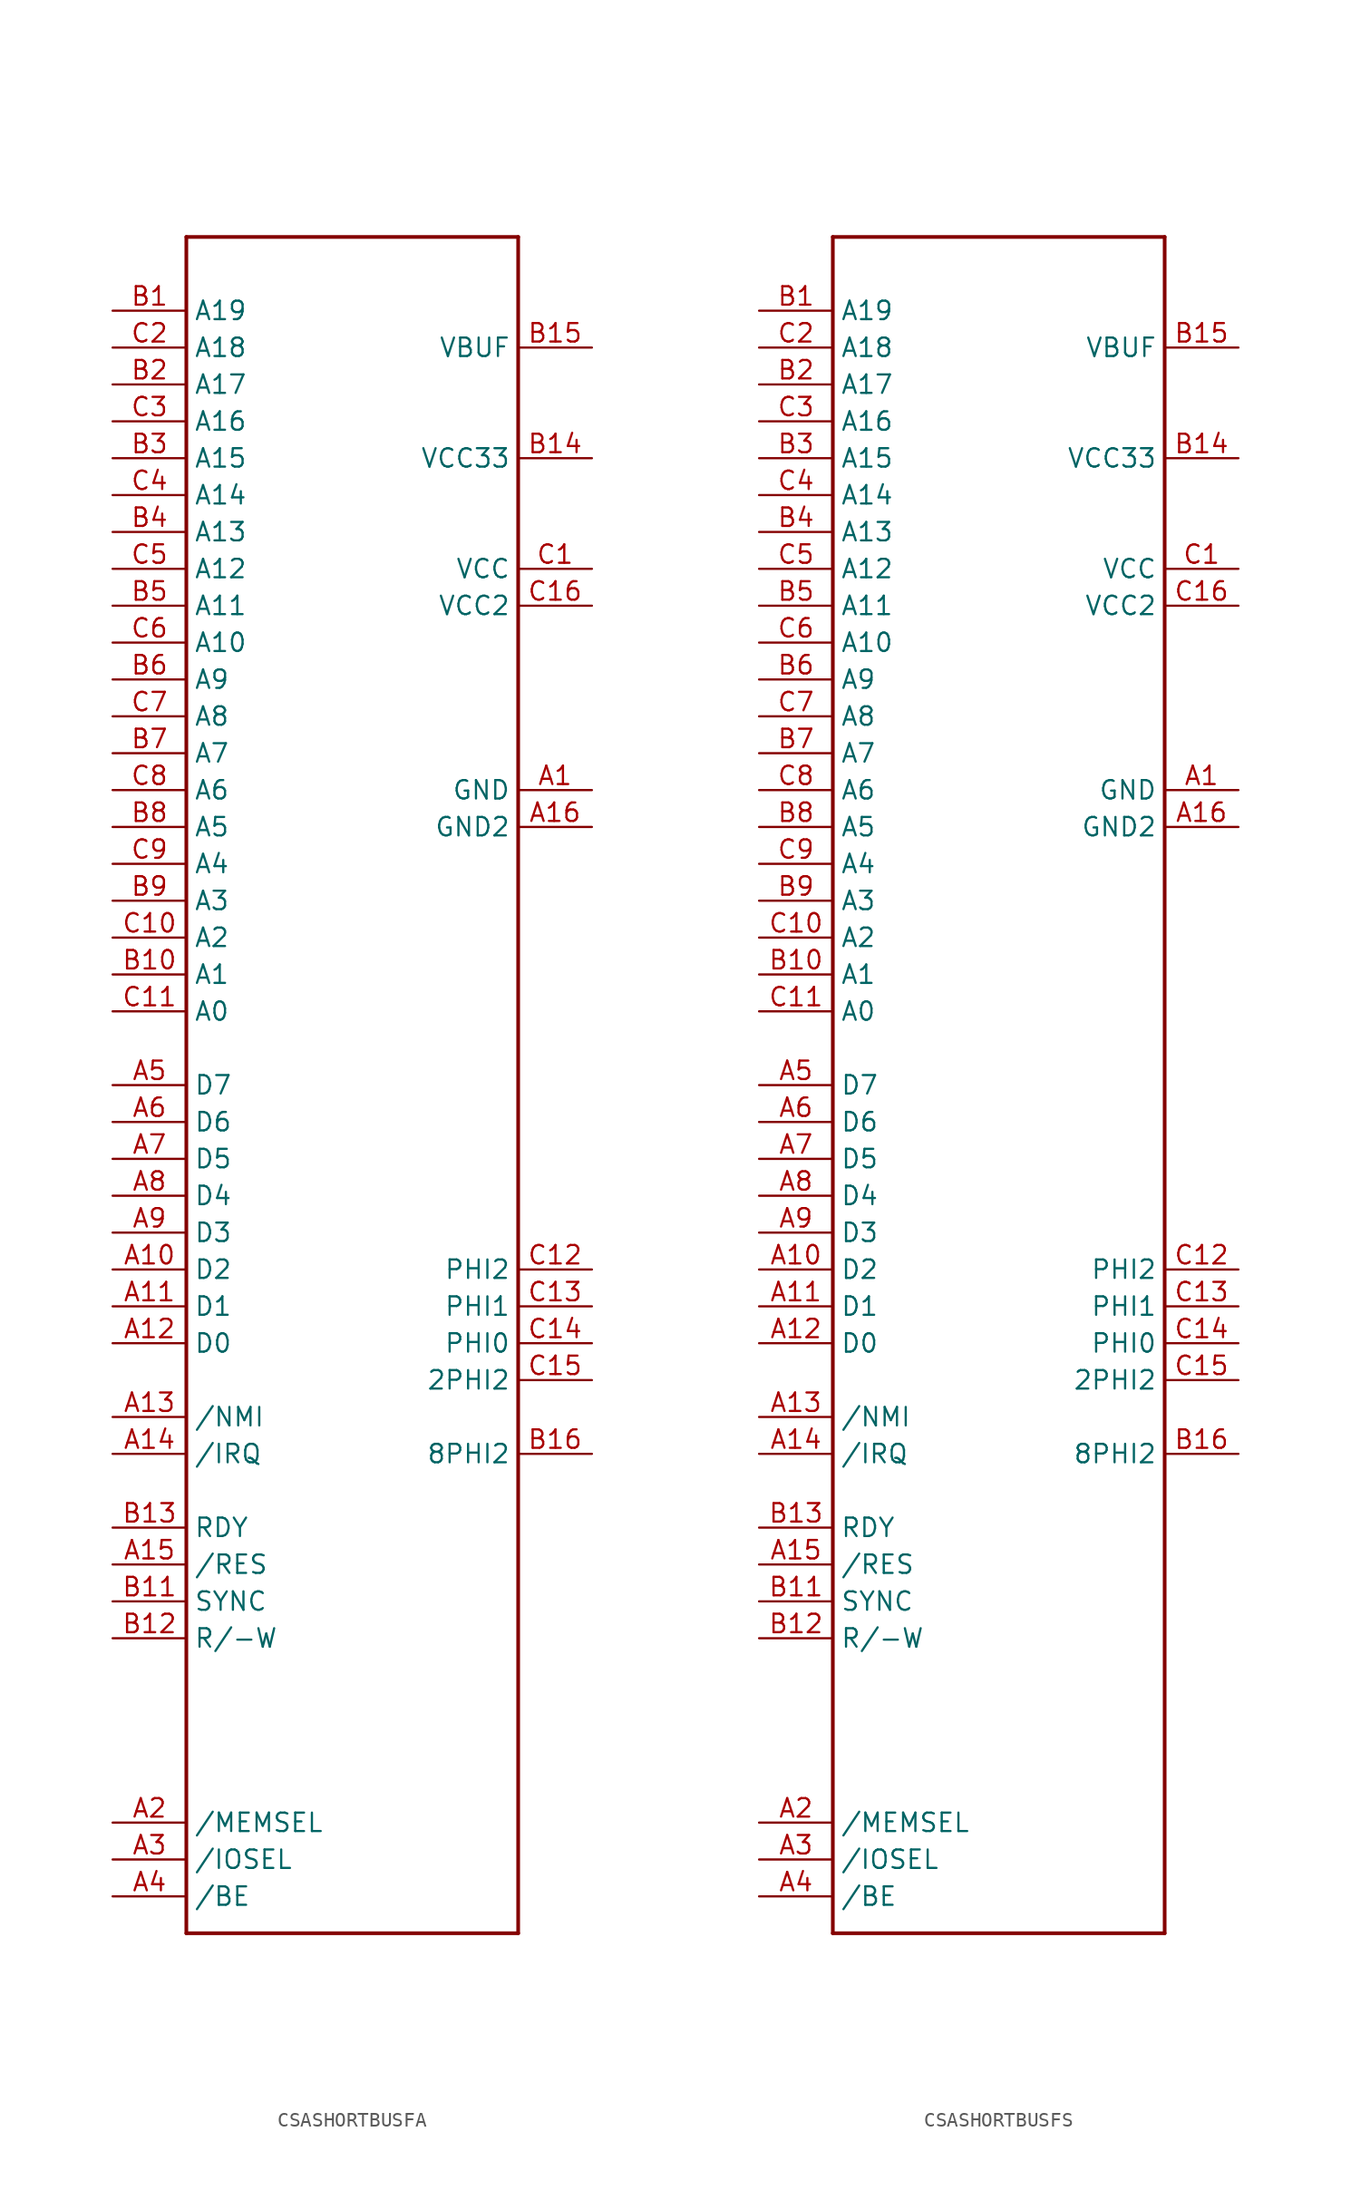
<source format=kicad_sym>
(kicad_symbol_lib
  (version 20220914)
  (generator kicad_symbol_editor)
  (symbol "CSASHORTBUSFA"
    (property "Reference" ""
      (at 0 -10.16 90)
      (effects (font (size 1.778 1.511)) (justify left bottom) hide))
    (property "Value" ""
      (at -5.08 58.42 0)
      (effects (font (size 1.778 1.511)) (justify left bottom)))
    (property "ki_locked" ""
      (at 0 0 0)
      (effects (font (size 1.27 1.27))))
    (symbol "CSASHORTBUSFA_1_0"
      (polyline (pts (xy -12.7 -58.42) (xy 10.16 -58.42)) (stroke (width 0.254) (type solid)) (fill (type none)))
      (polyline (pts (xy -12.7 58.42) (xy -12.7 -58.42)) (stroke (width 0.254) (type solid)) (fill (type none)))
      (polyline (pts (xy 10.16 -58.42) (xy 10.16 58.42)) (stroke (width 0.254) (type solid)) (fill (type none)))
      (polyline (pts (xy 10.16 58.42) (xy -12.7 58.42)) (stroke (width 0.254) (type solid)) (fill (type none)))
      (pin bidirectional line (at 15.24 20.32 180) (length 5.08) (name "GND" (effects (font (size 1.27 1.27)))) (number "A1" (effects (font (size 1.27 1.27)))))
      (pin bidirectional line (at -17.78 -12.7 0) (length 5.08) (name "D2" (effects (font (size 1.27 1.27)))) (number "A10" (effects (font (size 1.27 1.27)))))
      (pin bidirectional line (at -17.78 -15.24 0) (length 5.08) (name "D1" (effects (font (size 1.27 1.27)))) (number "A11" (effects (font (size 1.27 1.27)))))
      (pin bidirectional line (at -17.78 -17.78 0) (length 5.08) (name "D0" (effects (font (size 1.27 1.27)))) (number "A12" (effects (font (size 1.27 1.27)))))
      (pin bidirectional line (at -17.78 -22.86 0) (length 5.08) (name "/NMI" (effects (font (size 1.27 1.27)))) (number "A13" (effects (font (size 1.27 1.27)))))
      (pin bidirectional line (at -17.78 -25.4 0) (length 5.08) (name "/IRQ" (effects (font (size 1.27 1.27)))) (number "A14" (effects (font (size 1.27 1.27)))))
      (pin bidirectional line (at -17.78 -33.02 0) (length 5.08) (name "/RES" (effects (font (size 1.27 1.27)))) (number "A15" (effects (font (size 1.27 1.27)))))
      (pin bidirectional line (at 15.24 17.78 180) (length 5.08) (name "GND2" (effects (font (size 1.27 1.27)))) (number "A16" (effects (font (size 1.27 1.27)))))
      (pin bidirectional line (at -17.78 -50.8 0) (length 5.08) (name "/MEMSEL" (effects (font (size 1.27 1.27)))) (number "A2" (effects (font (size 1.27 1.27)))))
      (pin bidirectional line (at -17.78 -53.34 0) (length 5.08) (name "/IOSEL" (effects (font (size 1.27 1.27)))) (number "A3" (effects (font (size 1.27 1.27)))))
      (pin bidirectional line (at -17.78 -55.88 0) (length 5.08) (name "/BE" (effects (font (size 1.27 1.27)))) (number "A4" (effects (font (size 1.27 1.27)))))
      (pin bidirectional line (at -17.78 0 0) (length 5.08) (name "D7" (effects (font (size 1.27 1.27)))) (number "A5" (effects (font (size 1.27 1.27)))))
      (pin bidirectional line (at -17.78 -2.54 0) (length 5.08) (name "D6" (effects (font (size 1.27 1.27)))) (number "A6" (effects (font (size 1.27 1.27)))))
      (pin bidirectional line (at -17.78 -5.08 0) (length 5.08) (name "D5" (effects (font (size 1.27 1.27)))) (number "A7" (effects (font (size 1.27 1.27)))))
      (pin bidirectional line (at -17.78 -7.62 0) (length 5.08) (name "D4" (effects (font (size 1.27 1.27)))) (number "A8" (effects (font (size 1.27 1.27)))))
      (pin bidirectional line (at -17.78 -10.16 0) (length 5.08) (name "D3" (effects (font (size 1.27 1.27)))) (number "A9" (effects (font (size 1.27 1.27)))))
      (pin bidirectional line (at -17.78 53.34 0) (length 5.08) (name "A19" (effects (font (size 1.27 1.27)))) (number "B1" (effects (font (size 1.27 1.27)))))
      (pin bidirectional line (at -17.78 7.62 0) (length 5.08) (name "A1" (effects (font (size 1.27 1.27)))) (number "B10" (effects (font (size 1.27 1.27)))))
      (pin bidirectional line (at -17.78 -35.56 0) (length 5.08) (name "SYNC" (effects (font (size 1.27 1.27)))) (number "B11" (effects (font (size 1.27 1.27)))))
      (pin bidirectional line (at -17.78 -38.1 0) (length 5.08) (name "R/-W" (effects (font (size 1.27 1.27)))) (number "B12" (effects (font (size 1.27 1.27)))))
      (pin bidirectional line (at -17.78 -30.48 0) (length 5.08) (name "RDY" (effects (font (size 1.27 1.27)))) (number "B13" (effects (font (size 1.27 1.27)))))
      (pin bidirectional line (at 15.24 43.18 180) (length 5.08) (name "VCC33" (effects (font (size 1.27 1.27)))) (number "B14" (effects (font (size 1.27 1.27)))))
      (pin bidirectional line (at 15.24 50.8 180) (length 5.08) (name "VBUF" (effects (font (size 1.27 1.27)))) (number "B15" (effects (font (size 1.27 1.27)))))
      (pin bidirectional line (at 15.24 -25.4 180) (length 5.08) (name "8PHI2" (effects (font (size 1.27 1.27)))) (number "B16" (effects (font (size 1.27 1.27)))))
      (pin bidirectional line (at -17.78 48.26 0) (length 5.08) (name "A17" (effects (font (size 1.27 1.27)))) (number "B2" (effects (font (size 1.27 1.27)))))
      (pin bidirectional line (at -17.78 43.18 0) (length 5.08) (name "A15" (effects (font (size 1.27 1.27)))) (number "B3" (effects (font (size 1.27 1.27)))))
      (pin bidirectional line (at -17.78 38.1 0) (length 5.08) (name "A13" (effects (font (size 1.27 1.27)))) (number "B4" (effects (font (size 1.27 1.27)))))
      (pin bidirectional line (at -17.78 33.02 0) (length 5.08) (name "A11" (effects (font (size 1.27 1.27)))) (number "B5" (effects (font (size 1.27 1.27)))))
      (pin bidirectional line (at -17.78 27.94 0) (length 5.08) (name "A9" (effects (font (size 1.27 1.27)))) (number "B6" (effects (font (size 1.27 1.27)))))
      (pin bidirectional line (at -17.78 22.86 0) (length 5.08) (name "A7" (effects (font (size 1.27 1.27)))) (number "B7" (effects (font (size 1.27 1.27)))))
      (pin bidirectional line (at -17.78 17.78 0) (length 5.08) (name "A5" (effects (font (size 1.27 1.27)))) (number "B8" (effects (font (size 1.27 1.27)))))
      (pin bidirectional line (at -17.78 12.7 0) (length 5.08) (name "A3" (effects (font (size 1.27 1.27)))) (number "B9" (effects (font (size 1.27 1.27)))))
      (pin bidirectional line (at 15.24 35.56 180) (length 5.08) (name "VCC" (effects (font (size 1.27 1.27)))) (number "C1" (effects (font (size 1.27 1.27)))))
      (pin bidirectional line (at -17.78 10.16 0) (length 5.08) (name "A2" (effects (font (size 1.27 1.27)))) (number "C10" (effects (font (size 1.27 1.27)))))
      (pin bidirectional line (at -17.78 5.08 0) (length 5.08) (name "A0" (effects (font (size 1.27 1.27)))) (number "C11" (effects (font (size 1.27 1.27)))))
      (pin bidirectional line (at 15.24 -12.7 180) (length 5.08) (name "PHI2" (effects (font (size 1.27 1.27)))) (number "C12" (effects (font (size 1.27 1.27)))))
      (pin bidirectional line (at 15.24 -15.24 180) (length 5.08) (name "PHI1" (effects (font (size 1.27 1.27)))) (number "C13" (effects (font (size 1.27 1.27)))))
      (pin bidirectional line (at 15.24 -17.78 180) (length 5.08) (name "PHI0" (effects (font (size 1.27 1.27)))) (number "C14" (effects (font (size 1.27 1.27)))))
      (pin bidirectional line (at 15.24 -20.32 180) (length 5.08) (name "2PHI2" (effects (font (size 1.27 1.27)))) (number "C15" (effects (font (size 1.27 1.27)))))
      (pin bidirectional line (at 15.24 33.02 180) (length 5.08) (name "VCC2" (effects (font (size 1.27 1.27)))) (number "C16" (effects (font (size 1.27 1.27)))))
      (pin bidirectional line (at -17.78 50.8 0) (length 5.08) (name "A18" (effects (font (size 1.27 1.27)))) (number "C2" (effects (font (size 1.27 1.27)))))
      (pin bidirectional line (at -17.78 45.72 0) (length 5.08) (name "A16" (effects (font (size 1.27 1.27)))) (number "C3" (effects (font (size 1.27 1.27)))))
      (pin bidirectional line (at -17.78 40.64 0) (length 5.08) (name "A14" (effects (font (size 1.27 1.27)))) (number "C4" (effects (font (size 1.27 1.27)))))
      (pin bidirectional line (at -17.78 35.56 0) (length 5.08) (name "A12" (effects (font (size 1.27 1.27)))) (number "C5" (effects (font (size 1.27 1.27)))))
      (pin bidirectional line (at -17.78 30.48 0) (length 5.08) (name "A10" (effects (font (size 1.27 1.27)))) (number "C6" (effects (font (size 1.27 1.27)))))
      (pin bidirectional line (at -17.78 25.4 0) (length 5.08) (name "A8" (effects (font (size 1.27 1.27)))) (number "C7" (effects (font (size 1.27 1.27)))))
      (pin bidirectional line (at -17.78 20.32 0) (length 5.08) (name "A6" (effects (font (size 1.27 1.27)))) (number "C8" (effects (font (size 1.27 1.27)))))
      (pin bidirectional line (at -17.78 15.24 0) (length 5.08) (name "A4" (effects (font (size 1.27 1.27)))) (number "C9" (effects (font (size 1.27 1.27)))))))
  (symbol "CSASHORTBUSFS"
    (property "Reference" ""
      (at 0 -10.16 90)
      (effects (font (size 1.778 1.511)) (justify left bottom) hide))
    (property "Value" ""
      (at -5.08 58.42 0)
      (effects (font (size 1.778 1.511)) (justify left bottom)))
    (property "ki_locked" ""
      (at 0 0 0)
      (effects (font (size 1.27 1.27))))
    (symbol "CSASHORTBUSFS_1_0"
      (polyline (pts (xy -12.7 -58.42) (xy 10.16 -58.42)) (stroke (width 0.254) (type solid)) (fill (type none)))
      (polyline (pts (xy -12.7 58.42) (xy -12.7 -58.42)) (stroke (width 0.254) (type solid)) (fill (type none)))
      (polyline (pts (xy 10.16 -58.42) (xy 10.16 58.42)) (stroke (width 0.254) (type solid)) (fill (type none)))
      (polyline (pts (xy 10.16 58.42) (xy -12.7 58.42)) (stroke (width 0.254) (type solid)) (fill (type none)))
      (pin bidirectional line (at 15.24 20.32 180) (length 5.08) (name "GND" (effects (font (size 1.27 1.27)))) (number "A1" (effects (font (size 1.27 1.27)))))
      (pin bidirectional line (at -17.78 -12.7 0) (length 5.08) (name "D2" (effects (font (size 1.27 1.27)))) (number "A10" (effects (font (size 1.27 1.27)))))
      (pin bidirectional line (at -17.78 -15.24 0) (length 5.08) (name "D1" (effects (font (size 1.27 1.27)))) (number "A11" (effects (font (size 1.27 1.27)))))
      (pin bidirectional line (at -17.78 -17.78 0) (length 5.08) (name "D0" (effects (font (size 1.27 1.27)))) (number "A12" (effects (font (size 1.27 1.27)))))
      (pin bidirectional line (at -17.78 -22.86 0) (length 5.08) (name "/NMI" (effects (font (size 1.27 1.27)))) (number "A13" (effects (font (size 1.27 1.27)))))
      (pin bidirectional line (at -17.78 -25.4 0) (length 5.08) (name "/IRQ" (effects (font (size 1.27 1.27)))) (number "A14" (effects (font (size 1.27 1.27)))))
      (pin bidirectional line (at -17.78 -33.02 0) (length 5.08) (name "/RES" (effects (font (size 1.27 1.27)))) (number "A15" (effects (font (size 1.27 1.27)))))
      (pin bidirectional line (at 15.24 17.78 180) (length 5.08) (name "GND2" (effects (font (size 1.27 1.27)))) (number "A16" (effects (font (size 1.27 1.27)))))
      (pin bidirectional line (at -17.78 -50.8 0) (length 5.08) (name "/MEMSEL" (effects (font (size 1.27 1.27)))) (number "A2" (effects (font (size 1.27 1.27)))))
      (pin bidirectional line (at -17.78 -53.34 0) (length 5.08) (name "/IOSEL" (effects (font (size 1.27 1.27)))) (number "A3" (effects (font (size 1.27 1.27)))))
      (pin bidirectional line (at -17.78 -55.88 0) (length 5.08) (name "/BE" (effects (font (size 1.27 1.27)))) (number "A4" (effects (font (size 1.27 1.27)))))
      (pin bidirectional line (at -17.78 0 0) (length 5.08) (name "D7" (effects (font (size 1.27 1.27)))) (number "A5" (effects (font (size 1.27 1.27)))))
      (pin bidirectional line (at -17.78 -2.54 0) (length 5.08) (name "D6" (effects (font (size 1.27 1.27)))) (number "A6" (effects (font (size 1.27 1.27)))))
      (pin bidirectional line (at -17.78 -5.08 0) (length 5.08) (name "D5" (effects (font (size 1.27 1.27)))) (number "A7" (effects (font (size 1.27 1.27)))))
      (pin bidirectional line (at -17.78 -7.62 0) (length 5.08) (name "D4" (effects (font (size 1.27 1.27)))) (number "A8" (effects (font (size 1.27 1.27)))))
      (pin bidirectional line (at -17.78 -10.16 0) (length 5.08) (name "D3" (effects (font (size 1.27 1.27)))) (number "A9" (effects (font (size 1.27 1.27)))))
      (pin bidirectional line (at -17.78 53.34 0) (length 5.08) (name "A19" (effects (font (size 1.27 1.27)))) (number "B1" (effects (font (size 1.27 1.27)))))
      (pin bidirectional line (at -17.78 7.62 0) (length 5.08) (name "A1" (effects (font (size 1.27 1.27)))) (number "B10" (effects (font (size 1.27 1.27)))))
      (pin bidirectional line (at -17.78 -35.56 0) (length 5.08) (name "SYNC" (effects (font (size 1.27 1.27)))) (number "B11" (effects (font (size 1.27 1.27)))))
      (pin bidirectional line (at -17.78 -38.1 0) (length 5.08) (name "R/-W" (effects (font (size 1.27 1.27)))) (number "B12" (effects (font (size 1.27 1.27)))))
      (pin bidirectional line (at -17.78 -30.48 0) (length 5.08) (name "RDY" (effects (font (size 1.27 1.27)))) (number "B13" (effects (font (size 1.27 1.27)))))
      (pin bidirectional line (at 15.24 43.18 180) (length 5.08) (name "VCC33" (effects (font (size 1.27 1.27)))) (number "B14" (effects (font (size 1.27 1.27)))))
      (pin bidirectional line (at 15.24 50.8 180) (length 5.08) (name "VBUF" (effects (font (size 1.27 1.27)))) (number "B15" (effects (font (size 1.27 1.27)))))
      (pin bidirectional line (at 15.24 -25.4 180) (length 5.08) (name "8PHI2" (effects (font (size 1.27 1.27)))) (number "B16" (effects (font (size 1.27 1.27)))))
      (pin bidirectional line (at -17.78 48.26 0) (length 5.08) (name "A17" (effects (font (size 1.27 1.27)))) (number "B2" (effects (font (size 1.27 1.27)))))
      (pin bidirectional line (at -17.78 43.18 0) (length 5.08) (name "A15" (effects (font (size 1.27 1.27)))) (number "B3" (effects (font (size 1.27 1.27)))))
      (pin bidirectional line (at -17.78 38.1 0) (length 5.08) (name "A13" (effects (font (size 1.27 1.27)))) (number "B4" (effects (font (size 1.27 1.27)))))
      (pin bidirectional line (at -17.78 33.02 0) (length 5.08) (name "A11" (effects (font (size 1.27 1.27)))) (number "B5" (effects (font (size 1.27 1.27)))))
      (pin bidirectional line (at -17.78 27.94 0) (length 5.08) (name "A9" (effects (font (size 1.27 1.27)))) (number "B6" (effects (font (size 1.27 1.27)))))
      (pin bidirectional line (at -17.78 22.86 0) (length 5.08) (name "A7" (effects (font (size 1.27 1.27)))) (number "B7" (effects (font (size 1.27 1.27)))))
      (pin bidirectional line (at -17.78 17.78 0) (length 5.08) (name "A5" (effects (font (size 1.27 1.27)))) (number "B8" (effects (font (size 1.27 1.27)))))
      (pin bidirectional line (at -17.78 12.7 0) (length 5.08) (name "A3" (effects (font (size 1.27 1.27)))) (number "B9" (effects (font (size 1.27 1.27)))))
      (pin bidirectional line (at 15.24 35.56 180) (length 5.08) (name "VCC" (effects (font (size 1.27 1.27)))) (number "C1" (effects (font (size 1.27 1.27)))))
      (pin bidirectional line (at -17.78 10.16 0) (length 5.08) (name "A2" (effects (font (size 1.27 1.27)))) (number "C10" (effects (font (size 1.27 1.27)))))
      (pin bidirectional line (at -17.78 5.08 0) (length 5.08) (name "A0" (effects (font (size 1.27 1.27)))) (number "C11" (effects (font (size 1.27 1.27)))))
      (pin bidirectional line (at 15.24 -12.7 180) (length 5.08) (name "PHI2" (effects (font (size 1.27 1.27)))) (number "C12" (effects (font (size 1.27 1.27)))))
      (pin bidirectional line (at 15.24 -15.24 180) (length 5.08) (name "PHI1" (effects (font (size 1.27 1.27)))) (number "C13" (effects (font (size 1.27 1.27)))))
      (pin bidirectional line (at 15.24 -17.78 180) (length 5.08) (name "PHI0" (effects (font (size 1.27 1.27)))) (number "C14" (effects (font (size 1.27 1.27)))))
      (pin bidirectional line (at 15.24 -20.32 180) (length 5.08) (name "2PHI2" (effects (font (size 1.27 1.27)))) (number "C15" (effects (font (size 1.27 1.27)))))
      (pin bidirectional line (at 15.24 33.02 180) (length 5.08) (name "VCC2" (effects (font (size 1.27 1.27)))) (number "C16" (effects (font (size 1.27 1.27)))))
      (pin bidirectional line (at -17.78 50.8 0) (length 5.08) (name "A18" (effects (font (size 1.27 1.27)))) (number "C2" (effects (font (size 1.27 1.27)))))
      (pin bidirectional line (at -17.78 45.72 0) (length 5.08) (name "A16" (effects (font (size 1.27 1.27)))) (number "C3" (effects (font (size 1.27 1.27)))))
      (pin bidirectional line (at -17.78 40.64 0) (length 5.08) (name "A14" (effects (font (size 1.27 1.27)))) (number "C4" (effects (font (size 1.27 1.27)))))
      (pin bidirectional line (at -17.78 35.56 0) (length 5.08) (name "A12" (effects (font (size 1.27 1.27)))) (number "C5" (effects (font (size 1.27 1.27)))))
      (pin bidirectional line (at -17.78 30.48 0) (length 5.08) (name "A10" (effects (font (size 1.27 1.27)))) (number "C6" (effects (font (size 1.27 1.27)))))
      (pin bidirectional line (at -17.78 25.4 0) (length 5.08) (name "A8" (effects (font (size 1.27 1.27)))) (number "C7" (effects (font (size 1.27 1.27)))))
      (pin bidirectional line (at -17.78 20.32 0) (length 5.08) (name "A6" (effects (font (size 1.27 1.27)))) (number "C8" (effects (font (size 1.27 1.27)))))
      (pin bidirectional line (at -17.78 15.24 0) (length 5.08) (name "A4" (effects (font (size 1.27 1.27)))) (number "C9" (effects (font (size 1.27 1.27))))))))
</source>
